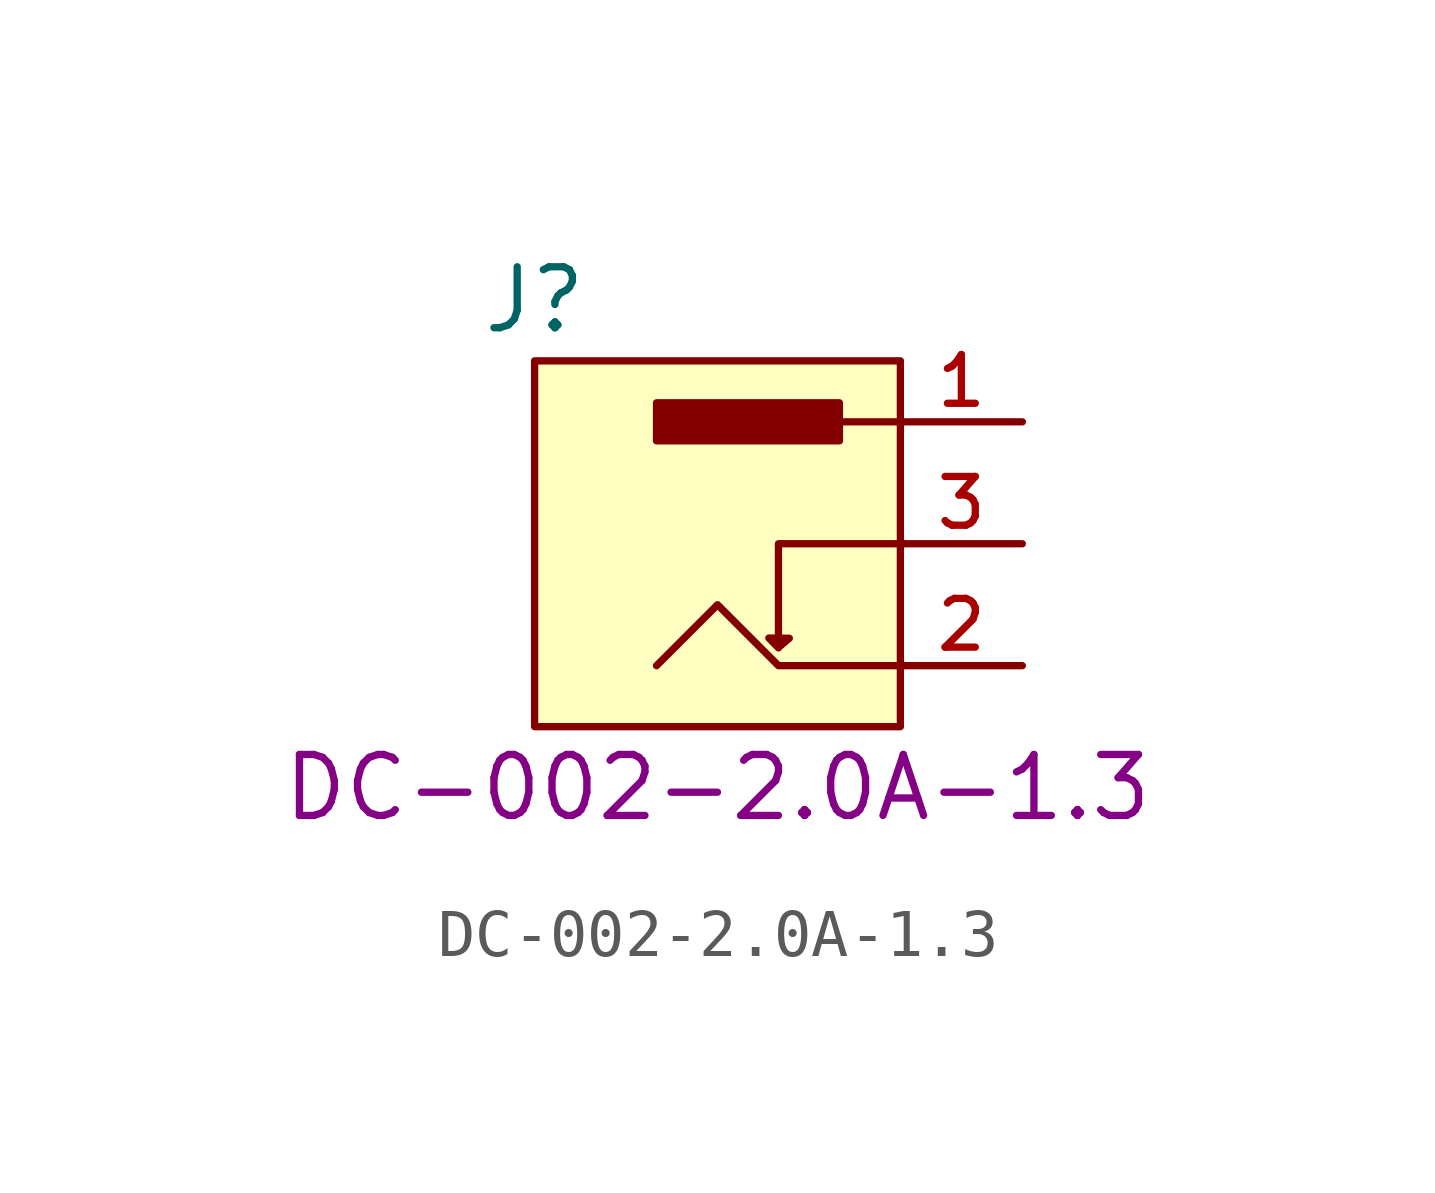
<source format=kicad_sym>
(kicad_symbol_lib
  (version 20241209)
  (generator "kicad_symbol_editor")
  (generator_version "9.0")
  (symbol "DC-002-2.0A-1.3"
    (property "Reference" "J"
      (at -10.16 2.54 0)
      (effects (font (size 1.27 1.27))))
    (property "PartNumber" "DC-002-2.0A-1.3"
      (at -6.35 -7.62 0)
      (effects (font (size 1.27 1.27))))
    (symbol "DC-002-2.0A-1.3_1_0"
      (pin passive line (at 0 0 180) (length 2.54) (name "" (effects (font (size 1.016 1.016)))) (number "1" (effects (font (size 1.016 1.016)))))
      (pin passive line (at 0 -2.54 180) (length 2.54) (name "" (effects (font (size 1.016 1.016)))) (number "3" (effects (font (size 1.016 1.016)))))
      (pin passive line (at 0 -5.08 180) (length 2.54) (name "" (effects (font (size 1.016 1.016)))) (number "2" (effects (font (size 1.016 1.016))))))
    (symbol "DC-002-2.0A-1.3_1_1"
      (rectangle (start -10.16 1.27) (end -2.54 -6.35) (stroke (width 0) (type default)) (fill (type background)))
      (rectangle (start -7.62 0.396) (end -3.81 -0.396) (stroke (width 0) (type default)) (fill (type outline)))
      (polyline (pts (xy -2.54 0) (xy -3.81 0)) (stroke (width 0) (type default)) (fill (type none)))
      (polyline (pts (xy -2.54 -2.54) (xy -5.08 -2.54) (xy -5.08 -4.709) (xy -5.28 -4.504) (xy -4.854 -4.509) (xy -5.085 -4.704)) (stroke (width 0) (type default)) (fill (type none)))
      (polyline (pts (xy -2.54 -5.08) (xy -5.08 -5.08) (xy -6.35 -3.81) (xy -7.62 -5.08)) (stroke (width 0) (type default)) (fill (type none))))))
</source>
